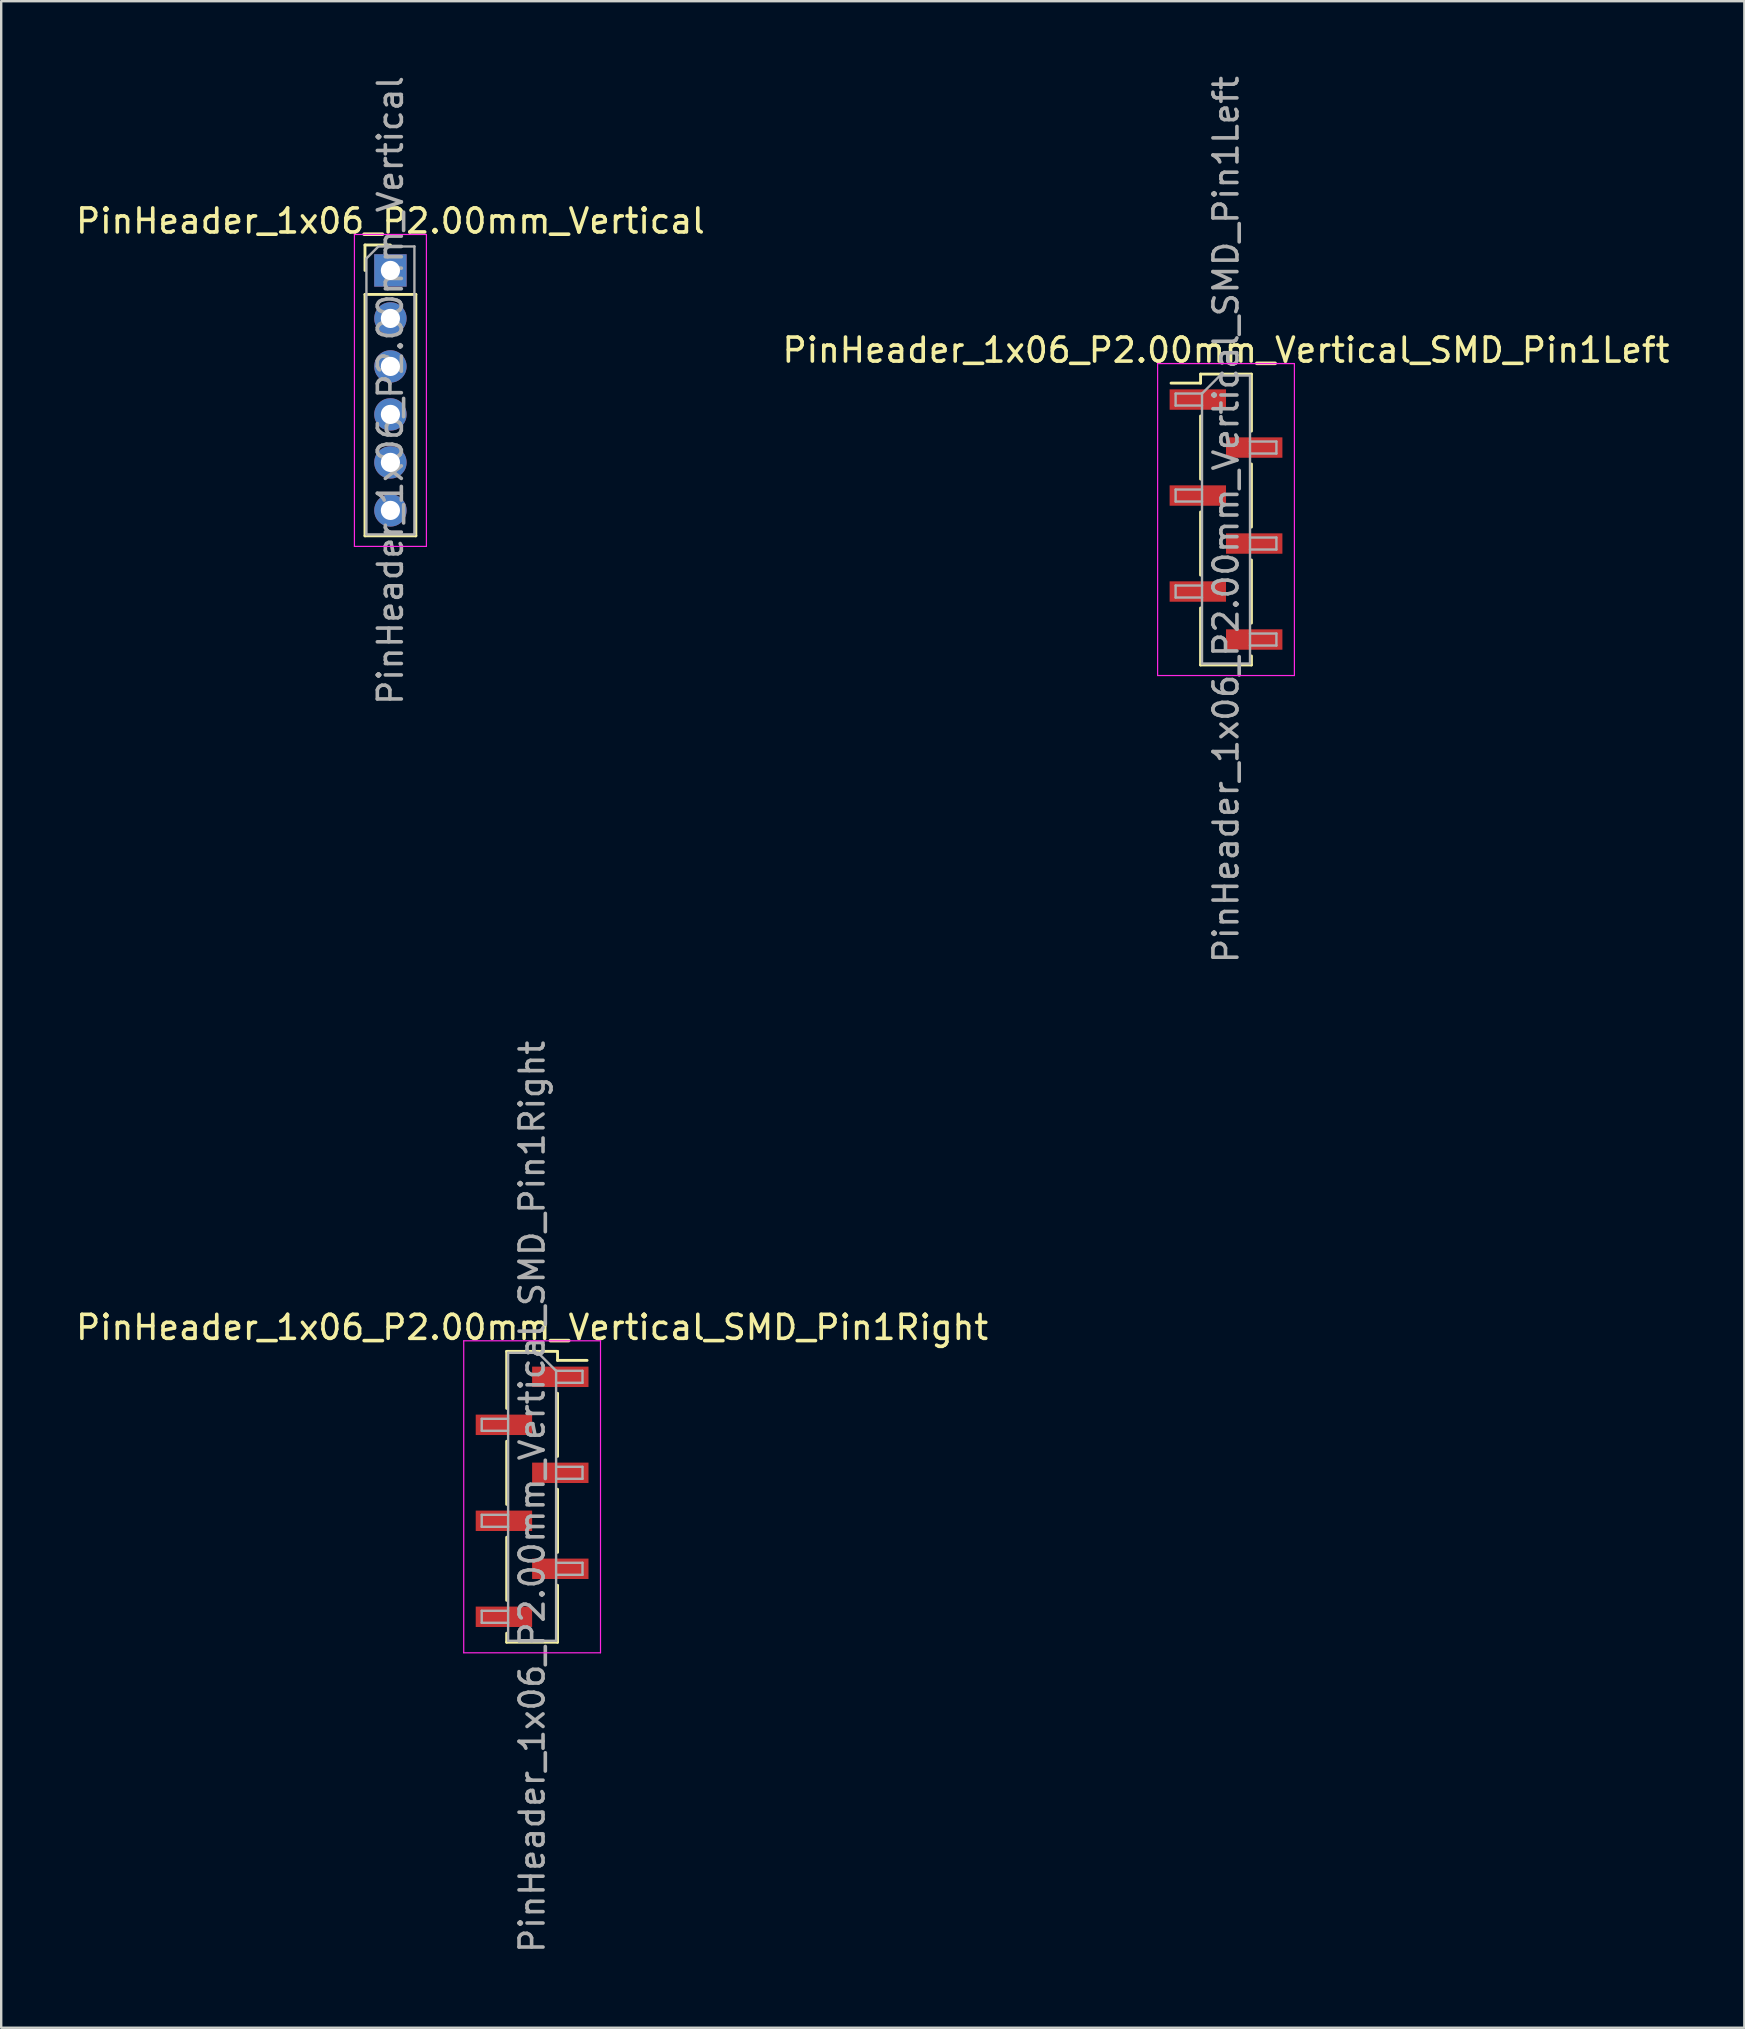
<source format=kicad_pcb>
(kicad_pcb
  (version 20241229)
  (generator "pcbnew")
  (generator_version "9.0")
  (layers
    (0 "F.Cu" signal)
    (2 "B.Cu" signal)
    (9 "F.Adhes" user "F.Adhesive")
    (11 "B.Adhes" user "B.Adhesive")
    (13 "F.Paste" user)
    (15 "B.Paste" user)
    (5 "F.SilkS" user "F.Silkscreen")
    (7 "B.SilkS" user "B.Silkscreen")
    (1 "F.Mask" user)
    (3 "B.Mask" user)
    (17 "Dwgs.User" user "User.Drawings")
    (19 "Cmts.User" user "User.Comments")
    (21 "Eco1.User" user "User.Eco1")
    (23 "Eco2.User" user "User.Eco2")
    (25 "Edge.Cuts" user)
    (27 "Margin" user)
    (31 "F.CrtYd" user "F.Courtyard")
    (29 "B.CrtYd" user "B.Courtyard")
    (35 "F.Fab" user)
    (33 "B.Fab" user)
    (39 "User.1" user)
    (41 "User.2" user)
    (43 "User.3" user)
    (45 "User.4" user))
  (footprint "PinHeader_1x06_P2.00mm_Vertical_SMD_Pin1Left"
    (layer "F.Cu")
    (at 48.042 18.601)
    (property "Reference" "PinHeader_1x06_P2.00mm_Vertical_SMD_Pin1Left" (at 0 -7.06 0) (layer "F.SilkS") (effects (font (size 1 1) (thickness 0.15))))
    (attr smd)
    (fp_line (start -1.06 -6.06) (end -1.06 -5.685) (stroke (width 0.12) (type solid)) (layer "F.SilkS"))
    (fp_line (start -1.06 -6.06) (end 1.06 -6.06) (stroke (width 0.12) (type solid)) (layer "F.SilkS"))
    (fp_line (start -1.06 -5.685) (end -2.29 -5.685) (stroke (width 0.12) (type solid)) (layer "F.SilkS"))
    (fp_line (start -1.06 -4.315) (end -1.06 -1.685) (stroke (width 0.12) (type solid)) (layer "F.SilkS"))
    (fp_line (start -1.06 -0.315) (end -1.06 2.315) (stroke (width 0.12) (type solid)) (layer "F.SilkS"))
    (fp_line (start -1.06 3.685) (end -1.06 6.06) (stroke (width 0.12) (type solid)) (layer "F.SilkS"))
    (fp_line (start -1.06 6.06) (end 1.06 6.06) (stroke (width 0.12) (type solid)) (layer "F.SilkS"))
    (fp_line (start 1.06 -6.06) (end 1.06 -3.685) (stroke (width 0.12) (type solid)) (layer "F.SilkS"))
    (fp_line (start 1.06 -2.315) (end 1.06 0.315) (stroke (width 0.12) (type solid)) (layer "F.SilkS"))
    (fp_line (start 1.06 1.685) (end 1.06 4.315) (stroke (width 0.12) (type solid)) (layer "F.SilkS"))
    (fp_line (start 1.06 5.685) (end 1.06 6.06) (stroke (width 0.12) (type solid)) (layer "F.SilkS"))
    (fp_line (start -2.85 -6.5) (end -2.85 6.5) (stroke (width 0.05) (type solid)) (layer "F.CrtYd"))
    (fp_line (start -2.85 6.5) (end 2.85 6.5) (stroke (width 0.05) (type solid)) (layer "F.CrtYd"))
    (fp_line (start 2.85 -6.5) (end -2.85 -6.5) (stroke (width 0.05) (type solid)) (layer "F.CrtYd"))
    (fp_line (start 2.85 6.5) (end 2.85 -6.5) (stroke (width 0.05) (type solid)) (layer "F.CrtYd"))
    (fp_line (start -2.1 -5.25) (end -2.1 -4.75) (stroke (width 0.1) (type solid)) (layer "F.Fab"))
    (fp_line (start -2.1 -4.75) (end -1 -4.75) (stroke (width 0.1) (type solid)) (layer "F.Fab"))
    (fp_line (start -2.1 -1.25) (end -2.1 -0.75) (stroke (width 0.1) (type solid)) (layer "F.Fab"))
    (fp_line (start -2.1 -0.75) (end -1 -0.75) (stroke (width 0.1) (type solid)) (layer "F.Fab"))
    (fp_line (start -2.1 2.75) (end -2.1 3.25) (stroke (width 0.1) (type solid)) (layer "F.Fab"))
    (fp_line (start -2.1 3.25) (end -1 3.25) (stroke (width 0.1) (type solid)) (layer "F.Fab"))
    (fp_line (start -1 -5.25) (end -2.1 -5.25) (stroke (width 0.1) (type solid)) (layer "F.Fab"))
    (fp_line (start -1 -5.25) (end -0.25 -6) (stroke (width 0.1) (type solid)) (layer "F.Fab"))
    (fp_line (start -1 -1.25) (end -2.1 -1.25) (stroke (width 0.1) (type solid)) (layer "F.Fab"))
    (fp_line (start -1 2.75) (end -2.1 2.75) (stroke (width 0.1) (type solid)) (layer "F.Fab"))
    (fp_line (start -1 6) (end -1 -5.25) (stroke (width 0.1) (type solid)) (layer "F.Fab"))
    (fp_line (start -0.25 -6) (end 1 -6) (stroke (width 0.1) (type solid)) (layer "F.Fab"))
    (fp_line (start 1 -6) (end 1 6) (stroke (width 0.1) (type solid)) (layer "F.Fab"))
    (fp_line (start 1 -3.25) (end 2.1 -3.25) (stroke (width 0.1) (type solid)) (layer "F.Fab"))
    (fp_line (start 1 0.75) (end 2.1 0.75) (stroke (width 0.1) (type solid)) (layer "F.Fab"))
    (fp_line (start 1 4.75) (end 2.1 4.75) (stroke (width 0.1) (type solid)) (layer "F.Fab"))
    (fp_line (start 1 6) (end -1 6) (stroke (width 0.1) (type solid)) (layer "F.Fab"))
    (fp_line (start 2.1 -3.25) (end 2.1 -2.75) (stroke (width 0.1) (type solid)) (layer "F.Fab"))
    (fp_line (start 2.1 -2.75) (end 1 -2.75) (stroke (width 0.1) (type solid)) (layer "F.Fab"))
    (fp_line (start 2.1 0.75) (end 2.1 1.25) (stroke (width 0.1) (type solid)) (layer "F.Fab"))
    (fp_line (start 2.1 1.25) (end 1 1.25) (stroke (width 0.1) (type solid)) (layer "F.Fab"))
    (fp_line (start 2.1 4.75) (end 2.1 5.25) (stroke (width 0.1) (type solid)) (layer "F.Fab"))
    (fp_line (start 2.1 5.25) (end 1 5.25) (stroke (width 0.1) (type solid)) (layer "F.Fab"))
    (fp_text user "${REFERENCE}" (at 0 0 90) (layer "F.Fab") (effects (font (size 1 1) (thickness 0.15))))
    (pad "1" smd rect (at -1.175 -5) (size 2.35 0.85) (layers "F.Cu" "F.Mask" "F.Paste"))
    (pad "2" smd rect (at 1.175 -3) (size 2.35 0.85) (layers "F.Cu" "F.Mask" "F.Paste"))
    (pad "3" smd rect (at -1.175 -1) (size 2.35 0.85) (layers "F.Cu" "F.Mask" "F.Paste"))
    (pad "4" smd rect (at 1.175 1) (size 2.35 0.85) (layers "F.Cu" "F.Mask" "F.Paste"))
    (pad "5" smd rect (at -1.175 3) (size 2.35 0.85) (layers "F.Cu" "F.Mask" "F.Paste"))
    (pad "6" smd rect (at 1.175 5) (size 2.35 0.85) (layers "F.Cu" "F.Mask" "F.Paste")))
  (footprint "PinHeader_1x06_P2.00mm_Vertical"
    (layer "F.Cu")
    (at 13.22 8.22)
    (property "Reference" "PinHeader_1x06_P2.00mm_Vertical" (at 0 -2.06 0) (layer "F.SilkS") (effects (font (size 1 1) (thickness 0.15))))
    (attr through_hole)
    (fp_line (start -1.06 -1.06) (end 0 -1.06) (stroke (width 0.12) (type solid)) (layer "F.SilkS"))
    (fp_line (start -1.06 0) (end -1.06 -1.06) (stroke (width 0.12) (type solid)) (layer "F.SilkS"))
    (fp_line (start -1.06 1) (end -1.06 11.06) (stroke (width 0.12) (type solid)) (layer "F.SilkS"))
    (fp_line (start -1.06 1) (end 1.06 1) (stroke (width 0.12) (type solid)) (layer "F.SilkS"))
    (fp_line (start -1.06 11.06) (end 1.06 11.06) (stroke (width 0.12) (type solid)) (layer "F.SilkS"))
    (fp_line (start 1.06 1) (end 1.06 11.06) (stroke (width 0.12) (type solid)) (layer "F.SilkS"))
    (fp_line (start -1.5 -1.5) (end -1.5 11.5) (stroke (width 0.05) (type solid)) (layer "F.CrtYd"))
    (fp_line (start -1.5 11.5) (end 1.5 11.5) (stroke (width 0.05) (type solid)) (layer "F.CrtYd"))
    (fp_line (start 1.5 -1.5) (end -1.5 -1.5) (stroke (width 0.05) (type solid)) (layer "F.CrtYd"))
    (fp_line (start 1.5 11.5) (end 1.5 -1.5) (stroke (width 0.05) (type solid)) (layer "F.CrtYd"))
    (fp_line (start -1 -0.5) (end -0.5 -1) (stroke (width 0.1) (type solid)) (layer "F.Fab"))
    (fp_line (start -1 11) (end -1 -0.5) (stroke (width 0.1) (type solid)) (layer "F.Fab"))
    (fp_line (start -0.5 -1) (end 1 -1) (stroke (width 0.1) (type solid)) (layer "F.Fab"))
    (fp_line (start 1 -1) (end 1 11) (stroke (width 0.1) (type solid)) (layer "F.Fab"))
    (fp_line (start 1 11) (end -1 11) (stroke (width 0.1) (type solid)) (layer "F.Fab"))
    (fp_text user "${REFERENCE}" (at 0 5 90) (layer "F.Fab") (effects (font (size 1 1) (thickness 0.15))))
    (pad "1" thru_hole rect (at 0 0) (size 1.35 1.35) (drill 0.8) (layers "*.Cu" "*.Mask"))
    (pad "2" thru_hole oval (at 0 2) (size 1.35 1.35) (drill 0.8) (layers "*.Cu" "*.Mask"))
    (pad "3" thru_hole oval (at 0 4) (size 1.35 1.35) (drill 0.8) (layers "*.Cu" "*.Mask"))
    (pad "4" thru_hole oval (at 0 6) (size 1.35 1.35) (drill 0.8) (layers "*.Cu" "*.Mask"))
    (pad "5" thru_hole oval (at 0 8) (size 1.35 1.35) (drill 0.8) (layers "*.Cu" "*.Mask"))
    (pad "6" thru_hole oval (at 0 10) (size 1.35 1.35) (drill 0.8) (layers "*.Cu" "*.Mask")))
  (footprint "PinHeader_1x06_P2.00mm_Vertical_SMD_Pin1Right"
    (layer "F.Cu")
    (at 19.125 59.327)
    (property "Reference" "PinHeader_1x06_P2.00mm_Vertical_SMD_Pin1Right" (at 0 -7.06 0) (layer "F.SilkS") (effects (font (size 1 1) (thickness 0.15))))
    (attr smd)
    (fp_line (start -1.06 -6.06) (end -1.06 -3.685) (stroke (width 0.12) (type solid)) (layer "F.SilkS"))
    (fp_line (start -1.06 -6.06) (end 1.06 -6.06) (stroke (width 0.12) (type solid)) (layer "F.SilkS"))
    (fp_line (start -1.06 -2.315) (end -1.06 0.315) (stroke (width 0.12) (type solid)) (layer "F.SilkS"))
    (fp_line (start -1.06 1.685) (end -1.06 4.315) (stroke (width 0.12) (type solid)) (layer "F.SilkS"))
    (fp_line (start -1.06 5.685) (end -1.06 6.06) (stroke (width 0.12) (type solid)) (layer "F.SilkS"))
    (fp_line (start -1.06 6.06) (end 1.06 6.06) (stroke (width 0.12) (type solid)) (layer "F.SilkS"))
    (fp_line (start 1.06 -6.06) (end 1.06 -5.685) (stroke (width 0.12) (type solid)) (layer "F.SilkS"))
    (fp_line (start 1.06 -5.685) (end 2.29 -5.685) (stroke (width 0.12) (type solid)) (layer "F.SilkS"))
    (fp_line (start 1.06 -4.315) (end 1.06 -1.685) (stroke (width 0.12) (type solid)) (layer "F.SilkS"))
    (fp_line (start 1.06 -0.315) (end 1.06 2.315) (stroke (width 0.12) (type solid)) (layer "F.SilkS"))
    (fp_line (start 1.06 3.685) (end 1.06 6.06) (stroke (width 0.12) (type solid)) (layer "F.SilkS"))
    (fp_line (start -2.85 -6.5) (end -2.85 6.5) (stroke (width 0.05) (type solid)) (layer "F.CrtYd"))
    (fp_line (start -2.85 6.5) (end 2.85 6.5) (stroke (width 0.05) (type solid)) (layer "F.CrtYd"))
    (fp_line (start 2.85 -6.5) (end -2.85 -6.5) (stroke (width 0.05) (type solid)) (layer "F.CrtYd"))
    (fp_line (start 2.85 6.5) (end 2.85 -6.5) (stroke (width 0.05) (type solid)) (layer "F.CrtYd"))
    (fp_line (start -2.1 -3.25) (end -2.1 -2.75) (stroke (width 0.1) (type solid)) (layer "F.Fab"))
    (fp_line (start -2.1 -2.75) (end -1 -2.75) (stroke (width 0.1) (type solid)) (layer "F.Fab"))
    (fp_line (start -2.1 0.75) (end -2.1 1.25) (stroke (width 0.1) (type solid)) (layer "F.Fab"))
    (fp_line (start -2.1 1.25) (end -1 1.25) (stroke (width 0.1) (type solid)) (layer "F.Fab"))
    (fp_line (start -2.1 4.75) (end -2.1 5.25) (stroke (width 0.1) (type solid)) (layer "F.Fab"))
    (fp_line (start -2.1 5.25) (end -1 5.25) (stroke (width 0.1) (type solid)) (layer "F.Fab"))
    (fp_line (start -1 -6) (end -1 6) (stroke (width 0.1) (type solid)) (layer "F.Fab"))
    (fp_line (start -1 -6) (end 0.25 -6) (stroke (width 0.1) (type solid)) (layer "F.Fab"))
    (fp_line (start -1 -3.25) (end -2.1 -3.25) (stroke (width 0.1) (type solid)) (layer "F.Fab"))
    (fp_line (start -1 0.75) (end -2.1 0.75) (stroke (width 0.1) (type solid)) (layer "F.Fab"))
    (fp_line (start -1 4.75) (end -2.1 4.75) (stroke (width 0.1) (type solid)) (layer "F.Fab"))
    (fp_line (start 1 -5.25) (end 0.25 -6) (stroke (width 0.1) (type solid)) (layer "F.Fab"))
    (fp_line (start 1 -5.25) (end 2.1 -5.25) (stroke (width 0.1) (type solid)) (layer "F.Fab"))
    (fp_line (start 1 -1.25) (end 2.1 -1.25) (stroke (width 0.1) (type solid)) (layer "F.Fab"))
    (fp_line (start 1 2.75) (end 2.1 2.75) (stroke (width 0.1) (type solid)) (layer "F.Fab"))
    (fp_line (start 1 6) (end -1 6) (stroke (width 0.1) (type solid)) (layer "F.Fab"))
    (fp_line (start 1 6) (end 1 -5.25) (stroke (width 0.1) (type solid)) (layer "F.Fab"))
    (fp_line (start 2.1 -5.25) (end 2.1 -4.75) (stroke (width 0.1) (type solid)) (layer "F.Fab"))
    (fp_line (start 2.1 -4.75) (end 1 -4.75) (stroke (width 0.1) (type solid)) (layer "F.Fab"))
    (fp_line (start 2.1 -1.25) (end 2.1 -0.75) (stroke (width 0.1) (type solid)) (layer "F.Fab"))
    (fp_line (start 2.1 -0.75) (end 1 -0.75) (stroke (width 0.1) (type solid)) (layer "F.Fab"))
    (fp_line (start 2.1 2.75) (end 2.1 3.25) (stroke (width 0.1) (type solid)) (layer "F.Fab"))
    (fp_line (start 2.1 3.25) (end 1 3.25) (stroke (width 0.1) (type solid)) (layer "F.Fab"))
    (fp_text user "${REFERENCE}" (at 0 0 90) (layer "F.Fab") (effects (font (size 1 1) (thickness 0.15))))
    (pad "1" smd rect (at 1.175 -5) (size 2.35 0.85) (layers "F.Cu" "F.Mask" "F.Paste"))
    (pad "2" smd rect (at -1.175 -3) (size 2.35 0.85) (layers "F.Cu" "F.Mask" "F.Paste"))
    (pad "3" smd rect (at 1.175 -1) (size 2.35 0.85) (layers "F.Cu" "F.Mask" "F.Paste"))
    (pad "4" smd rect (at -1.175 1) (size 2.35 0.85) (layers "F.Cu" "F.Mask" "F.Paste"))
    (pad "5" smd rect (at 1.175 3) (size 2.35 0.85) (layers "F.Cu" "F.Mask" "F.Paste"))
    (pad "6" smd rect (at -1.175 5) (size 2.35 0.85) (layers "F.Cu" "F.Mask" "F.Paste")))
  (gr_rect
    (start -3 -3)
    (end 69.643 81.452)
    (stroke (width 0.1) (type default))
    (fill no)
    (layer "Edge.Cuts")))
</source>
